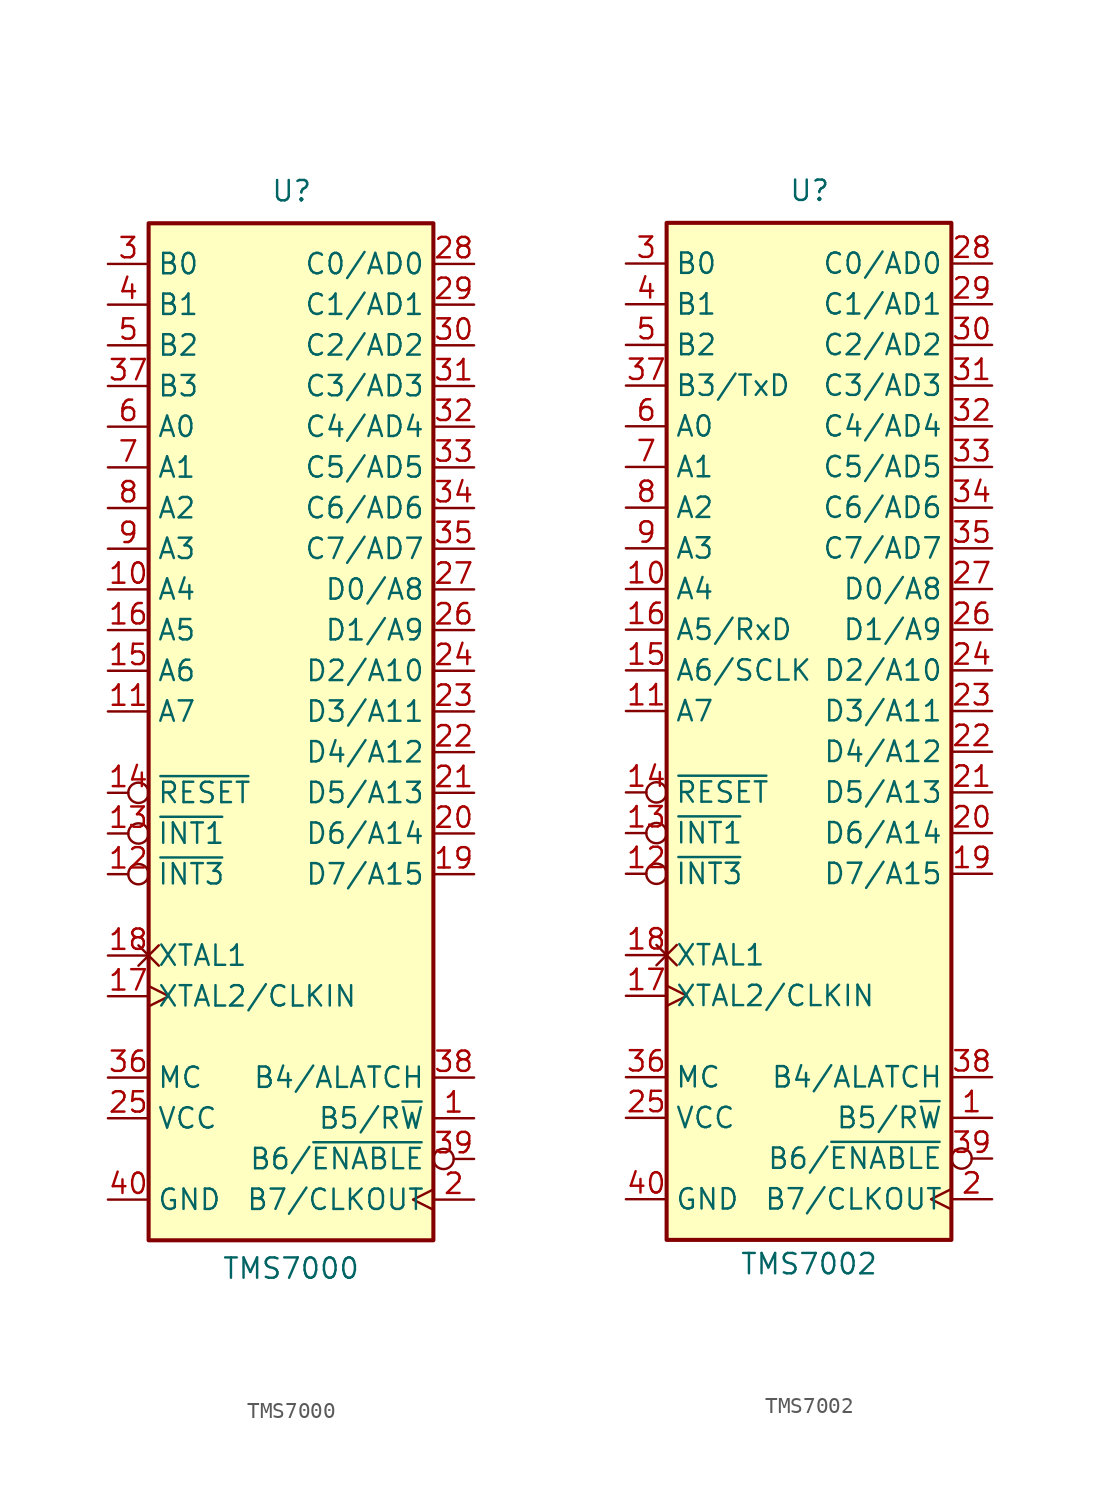
<source format=kicad_sym>
(kicad_symbol_lib
  (version 20231120)
  (generator "kicad_symbol_editor")
  (generator_version "8.0")
  (symbol "TMS7000"
    (property "Reference" "U"
      (at -1.27 31.75 0)
      (effects (font (size 1.27 1.27)) (justify left bottom)))
    (property "Value" "TMS7000"
      (at 0 -34.036 0)
      (effects (font (size 1.27 1.27)) (justify top)))
    (symbol "TMS7000_0_1"
      (rectangle (start -8.89 30.48) (end 8.89 -33.02) (stroke (width 0.254) (type default)) (fill (type background))))
    (symbol "TMS7000_1_1"
      (pin output line (at 11.43 -25.4 180) (length 2.54) (name "B5/R~{W}" (effects (font (size 1.27 1.27)))) (number "1" (effects (font (size 1.27 1.27)))))
      (pin bidirectional line (at -11.43 7.62 0) (length 2.54) (name "A4" (effects (font (size 1.27 1.27)))) (number "10" (effects (font (size 1.27 1.27)))))
      (pin input line (at -11.43 0 0) (length 2.54) (name "A7" (effects (font (size 1.27 1.27)))) (number "11" (effects (font (size 1.27 1.27)))))
      (pin input inverted (at -11.43 -10.16 0) (length 2.54) (name "~{INT3}" (effects (font (size 1.27 1.27)))) (number "12" (effects (font (size 1.27 1.27)))))
      (pin input inverted (at -11.43 -7.62 0) (length 2.54) (name "~{INT1}" (effects (font (size 1.27 1.27)))) (number "13" (effects (font (size 1.27 1.27)))))
      (pin input inverted (at -11.43 -5.08 0) (length 2.54) (name "~{RESET}" (effects (font (size 1.27 1.27)))) (number "14" (effects (font (size 1.27 1.27)))))
      (pin bidirectional line (at -11.43 2.54 0) (length 2.54) (name "A6" (effects (font (size 1.27 1.27)))) (number "15" (effects (font (size 1.27 1.27)))))
      (pin input line (at -11.43 5.08 0) (length 2.54) (name "A5" (effects (font (size 1.27 1.27)))) (number "16" (effects (font (size 1.27 1.27)))))
      (pin input clock (at -11.43 -17.78 0) (length 2.54) (name "XTAL2/CLKIN" (effects (font (size 1.27 1.27)))) (number "17" (effects (font (size 1.27 1.27)))))
      (pin output non_logic (at -11.43 -15.24 0) (length 2.54) (name "XTAL1" (effects (font (size 1.27 1.27)))) (number "18" (effects (font (size 1.27 1.27)))))
      (pin bidirectional line (at 11.43 -10.16 180) (length 2.54) (name "D7/A15" (effects (font (size 1.27 1.27)))) (number "19" (effects (font (size 1.27 1.27)))))
      (pin output clock (at 11.43 -30.48 180) (length 2.54) (name "B7/CLKOUT" (effects (font (size 1.27 1.27)))) (number "2" (effects (font (size 1.27 1.27)))))
      (pin bidirectional line (at 11.43 -7.62 180) (length 2.54) (name "D6/A14" (effects (font (size 1.27 1.27)))) (number "20" (effects (font (size 1.27 1.27)))))
      (pin bidirectional line (at 11.43 -5.08 180) (length 2.54) (name "D5/A13" (effects (font (size 1.27 1.27)))) (number "21" (effects (font (size 1.27 1.27)))))
      (pin bidirectional line (at 11.43 -2.54 180) (length 2.54) (name "D4/A12" (effects (font (size 1.27 1.27)))) (number "22" (effects (font (size 1.27 1.27)))))
      (pin bidirectional line (at 11.43 0 180) (length 2.54) (name "D3/A11" (effects (font (size 1.27 1.27)))) (number "23" (effects (font (size 1.27 1.27)))))
      (pin bidirectional line (at 11.43 2.54 180) (length 2.54) (name "D2/A10" (effects (font (size 1.27 1.27)))) (number "24" (effects (font (size 1.27 1.27)))))
      (pin power_in line (at -11.43 -25.4 0) (length 2.54) (name "VCC" (effects (font (size 1.27 1.27)))) (number "25" (effects (font (size 1.27 1.27)))))
      (pin bidirectional line (at 11.43 5.08 180) (length 2.54) (name "D1/A9" (effects (font (size 1.27 1.27)))) (number "26" (effects (font (size 1.27 1.27)))))
      (pin bidirectional line (at 11.43 7.62 180) (length 2.54) (name "D0/A8" (effects (font (size 1.27 1.27)))) (number "27" (effects (font (size 1.27 1.27)))))
      (pin bidirectional line (at 11.43 27.94 180) (length 2.54) (name "C0/AD0" (effects (font (size 1.27 1.27)))) (number "28" (effects (font (size 1.27 1.27)))))
      (pin bidirectional line (at 11.43 25.4 180) (length 2.54) (name "C1/AD1" (effects (font (size 1.27 1.27)))) (number "29" (effects (font (size 1.27 1.27)))))
      (pin output line (at -11.43 27.94 0) (length 2.54) (name "B0" (effects (font (size 1.27 1.27)))) (number "3" (effects (font (size 1.27 1.27)))))
      (pin bidirectional line (at 11.43 22.86 180) (length 2.54) (name "C2/AD2" (effects (font (size 1.27 1.27)))) (number "30" (effects (font (size 1.27 1.27)))))
      (pin bidirectional line (at 11.43 20.32 180) (length 2.54) (name "C3/AD3" (effects (font (size 1.27 1.27)))) (number "31" (effects (font (size 1.27 1.27)))))
      (pin bidirectional line (at 11.43 17.78 180) (length 2.54) (name "C4/AD4" (effects (font (size 1.27 1.27)))) (number "32" (effects (font (size 1.27 1.27)))))
      (pin bidirectional line (at 11.43 15.24 180) (length 2.54) (name "C5/AD5" (effects (font (size 1.27 1.27)))) (number "33" (effects (font (size 1.27 1.27)))))
      (pin bidirectional line (at 11.43 12.7 180) (length 2.54) (name "C6/AD6" (effects (font (size 1.27 1.27)))) (number "34" (effects (font (size 1.27 1.27)))))
      (pin bidirectional line (at 11.43 10.16 180) (length 2.54) (name "C7/AD7" (effects (font (size 1.27 1.27)))) (number "35" (effects (font (size 1.27 1.27)))))
      (pin input line (at -11.43 -22.86 0) (length 2.54) (name "MC" (effects (font (size 1.27 1.27)))) (number "36" (effects (font (size 1.27 1.27)))))
      (pin output line (at -11.43 20.32 0) (length 2.54) (name "B3" (effects (font (size 1.27 1.27)))) (number "37" (effects (font (size 1.27 1.27)))))
      (pin output line (at 11.43 -22.86 180) (length 2.54) (name "B4/ALATCH" (effects (font (size 1.27 1.27)))) (number "38" (effects (font (size 1.27 1.27)))))
      (pin output inverted (at 11.43 -27.94 180) (length 2.54) (name "B6/~{ENABLE}" (effects (font (size 1.27 1.27)))) (number "39" (effects (font (size 1.27 1.27)))))
      (pin output line (at -11.43 25.4 0) (length 2.54) (name "B1" (effects (font (size 1.27 1.27)))) (number "4" (effects (font (size 1.27 1.27)))))
      (pin power_in line (at -11.43 -30.48 0) (length 2.54) (name "GND" (effects (font (size 1.27 1.27)))) (number "40" (effects (font (size 1.27 1.27)))))
      (pin output line (at -11.43 22.86 0) (length 2.54) (name "B2" (effects (font (size 1.27 1.27)))) (number "5" (effects (font (size 1.27 1.27)))))
      (pin bidirectional line (at -11.43 17.78 0) (length 2.54) (name "A0" (effects (font (size 1.27 1.27)))) (number "6" (effects (font (size 1.27 1.27)))))
      (pin bidirectional line (at -11.43 15.24 0) (length 2.54) (name "A1" (effects (font (size 1.27 1.27)))) (number "7" (effects (font (size 1.27 1.27)))))
      (pin bidirectional line (at -11.43 12.7 0) (length 2.54) (name "A2" (effects (font (size 1.27 1.27)))) (number "8" (effects (font (size 1.27 1.27)))))
      (pin bidirectional line (at -11.43 10.16 0) (length 2.54) (name "A3" (effects (font (size 1.27 1.27)))) (number "9" (effects (font (size 1.27 1.27)))))))
  (symbol "TMS7002"
    (property "Reference" "U"
      (at -1.27 31.75 0)
      (effects (font (size 1.27 1.27)) (justify left bottom)))
    (property "Value" "TMS7002"
      (at 0 -33.782 0)
      (effects (font (size 1.27 1.27)) (justify top)))
    (symbol "TMS7002_0_1"
      (rectangle (start -8.89 30.48) (end 8.89 -33.02) (stroke (width 0.254) (type default)) (fill (type background))))
    (symbol "TMS7002_1_1"
      (pin output line (at 11.43 -25.4 180) (length 2.54) (name "B5/R~{W}" (effects (font (size 1.27 1.27)))) (number "1" (effects (font (size 1.27 1.27)))))
      (pin bidirectional line (at -11.43 7.62 0) (length 2.54) (name "A4" (effects (font (size 1.27 1.27)))) (number "10" (effects (font (size 1.27 1.27)))))
      (pin input line (at -11.43 0 0) (length 2.54) (name "A7" (effects (font (size 1.27 1.27)))) (number "11" (effects (font (size 1.27 1.27)))))
      (pin input inverted (at -11.43 -10.16 0) (length 2.54) (name "~{INT3}" (effects (font (size 1.27 1.27)))) (number "12" (effects (font (size 1.27 1.27)))))
      (pin input inverted (at -11.43 -7.62 0) (length 2.54) (name "~{INT1}" (effects (font (size 1.27 1.27)))) (number "13" (effects (font (size 1.27 1.27)))))
      (pin input inverted (at -11.43 -5.08 0) (length 2.54) (name "~{RESET}" (effects (font (size 1.27 1.27)))) (number "14" (effects (font (size 1.27 1.27)))))
      (pin bidirectional line (at -11.43 2.54 0) (length 2.54) (name "A6/SCLK" (effects (font (size 1.27 1.27)))) (number "15" (effects (font (size 1.27 1.27)))))
      (pin input line (at -11.43 5.08 0) (length 2.54) (name "A5/RxD" (effects (font (size 1.27 1.27)))) (number "16" (effects (font (size 1.27 1.27)))))
      (pin input clock (at -11.43 -17.78 0) (length 2.54) (name "XTAL2/CLKIN" (effects (font (size 1.27 1.27)))) (number "17" (effects (font (size 1.27 1.27)))))
      (pin output non_logic (at -11.43 -15.24 0) (length 2.54) (name "XTAL1" (effects (font (size 1.27 1.27)))) (number "18" (effects (font (size 1.27 1.27)))))
      (pin bidirectional line (at 11.43 -10.16 180) (length 2.54) (name "D7/A15" (effects (font (size 1.27 1.27)))) (number "19" (effects (font (size 1.27 1.27)))))
      (pin output clock (at 11.43 -30.48 180) (length 2.54) (name "B7/CLKOUT" (effects (font (size 1.27 1.27)))) (number "2" (effects (font (size 1.27 1.27)))))
      (pin bidirectional line (at 11.43 -7.62 180) (length 2.54) (name "D6/A14" (effects (font (size 1.27 1.27)))) (number "20" (effects (font (size 1.27 1.27)))))
      (pin bidirectional line (at 11.43 -5.08 180) (length 2.54) (name "D5/A13" (effects (font (size 1.27 1.27)))) (number "21" (effects (font (size 1.27 1.27)))))
      (pin bidirectional line (at 11.43 -2.54 180) (length 2.54) (name "D4/A12" (effects (font (size 1.27 1.27)))) (number "22" (effects (font (size 1.27 1.27)))))
      (pin bidirectional line (at 11.43 0 180) (length 2.54) (name "D3/A11" (effects (font (size 1.27 1.27)))) (number "23" (effects (font (size 1.27 1.27)))))
      (pin bidirectional line (at 11.43 2.54 180) (length 2.54) (name "D2/A10" (effects (font (size 1.27 1.27)))) (number "24" (effects (font (size 1.27 1.27)))))
      (pin power_in line (at -11.43 -25.4 0) (length 2.54) (name "VCC" (effects (font (size 1.27 1.27)))) (number "25" (effects (font (size 1.27 1.27)))))
      (pin bidirectional line (at 11.43 5.08 180) (length 2.54) (name "D1/A9" (effects (font (size 1.27 1.27)))) (number "26" (effects (font (size 1.27 1.27)))))
      (pin bidirectional line (at 11.43 7.62 180) (length 2.54) (name "D0/A8" (effects (font (size 1.27 1.27)))) (number "27" (effects (font (size 1.27 1.27)))))
      (pin bidirectional line (at 11.43 27.94 180) (length 2.54) (name "C0/AD0" (effects (font (size 1.27 1.27)))) (number "28" (effects (font (size 1.27 1.27)))))
      (pin bidirectional line (at 11.43 25.4 180) (length 2.54) (name "C1/AD1" (effects (font (size 1.27 1.27)))) (number "29" (effects (font (size 1.27 1.27)))))
      (pin output line (at -11.43 27.94 0) (length 2.54) (name "B0" (effects (font (size 1.27 1.27)))) (number "3" (effects (font (size 1.27 1.27)))))
      (pin bidirectional line (at 11.43 22.86 180) (length 2.54) (name "C2/AD2" (effects (font (size 1.27 1.27)))) (number "30" (effects (font (size 1.27 1.27)))))
      (pin bidirectional line (at 11.43 20.32 180) (length 2.54) (name "C3/AD3" (effects (font (size 1.27 1.27)))) (number "31" (effects (font (size 1.27 1.27)))))
      (pin bidirectional line (at 11.43 17.78 180) (length 2.54) (name "C4/AD4" (effects (font (size 1.27 1.27)))) (number "32" (effects (font (size 1.27 1.27)))))
      (pin bidirectional line (at 11.43 15.24 180) (length 2.54) (name "C5/AD5" (effects (font (size 1.27 1.27)))) (number "33" (effects (font (size 1.27 1.27)))))
      (pin bidirectional line (at 11.43 12.7 180) (length 2.54) (name "C6/AD6" (effects (font (size 1.27 1.27)))) (number "34" (effects (font (size 1.27 1.27)))))
      (pin bidirectional line (at 11.43 10.16 180) (length 2.54) (name "C7/AD7" (effects (font (size 1.27 1.27)))) (number "35" (effects (font (size 1.27 1.27)))))
      (pin input line (at -11.43 -22.86 0) (length 2.54) (name "MC" (effects (font (size 1.27 1.27)))) (number "36" (effects (font (size 1.27 1.27)))))
      (pin output line (at -11.43 20.32 0) (length 2.54) (name "B3/TxD" (effects (font (size 1.27 1.27)))) (number "37" (effects (font (size 1.27 1.27)))))
      (pin output line (at 11.43 -22.86 180) (length 2.54) (name "B4/ALATCH" (effects (font (size 1.27 1.27)))) (number "38" (effects (font (size 1.27 1.27)))))
      (pin output inverted (at 11.43 -27.94 180) (length 2.54) (name "B6/~{ENABLE}" (effects (font (size 1.27 1.27)))) (number "39" (effects (font (size 1.27 1.27)))))
      (pin output line (at -11.43 25.4 0) (length 2.54) (name "B1" (effects (font (size 1.27 1.27)))) (number "4" (effects (font (size 1.27 1.27)))))
      (pin power_in line (at -11.43 -30.48 0) (length 2.54) (name "GND" (effects (font (size 1.27 1.27)))) (number "40" (effects (font (size 1.27 1.27)))))
      (pin output line (at -11.43 22.86 0) (length 2.54) (name "B2" (effects (font (size 1.27 1.27)))) (number "5" (effects (font (size 1.27 1.27)))))
      (pin bidirectional line (at -11.43 17.78 0) (length 2.54) (name "A0" (effects (font (size 1.27 1.27)))) (number "6" (effects (font (size 1.27 1.27)))))
      (pin bidirectional line (at -11.43 15.24 0) (length 2.54) (name "A1" (effects (font (size 1.27 1.27)))) (number "7" (effects (font (size 1.27 1.27)))))
      (pin bidirectional line (at -11.43 12.7 0) (length 2.54) (name "A2" (effects (font (size 1.27 1.27)))) (number "8" (effects (font (size 1.27 1.27)))))
      (pin bidirectional line (at -11.43 10.16 0) (length 2.54) (name "A3" (effects (font (size 1.27 1.27)))) (number "9" (effects (font (size 1.27 1.27))))))))
</source>
